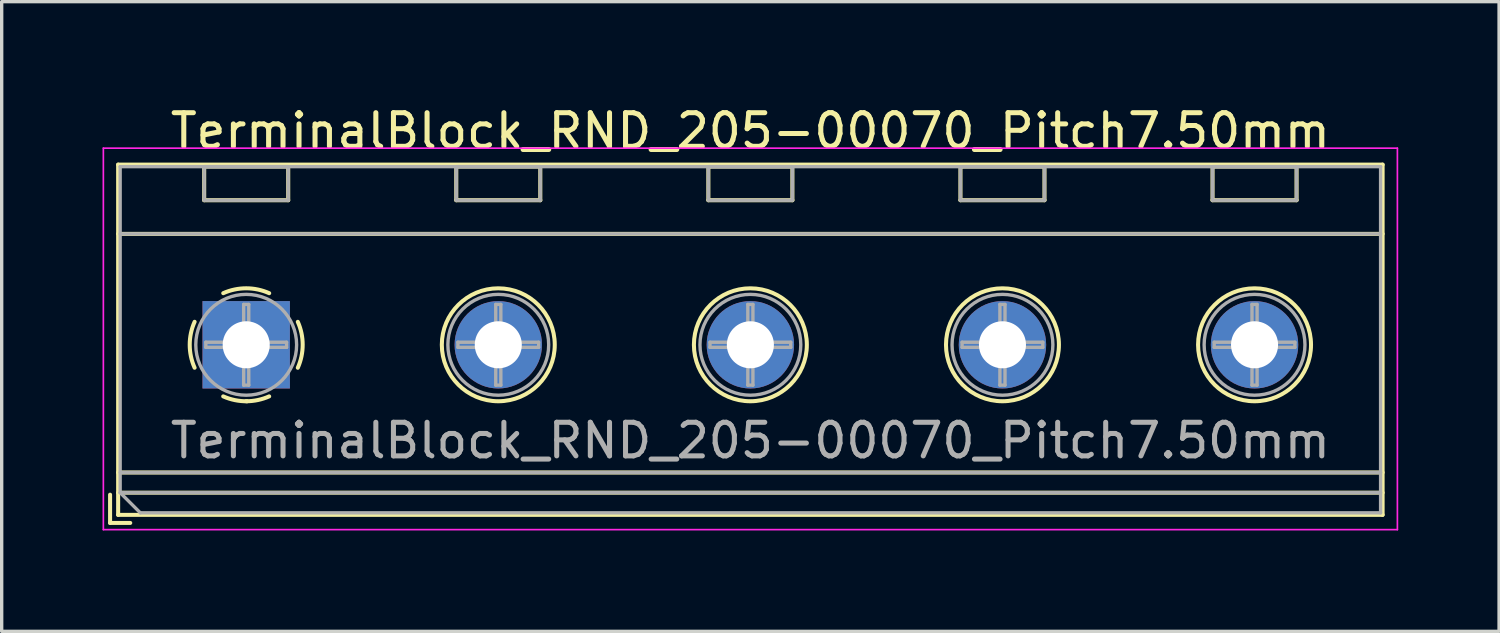
<source format=kicad_pcb>
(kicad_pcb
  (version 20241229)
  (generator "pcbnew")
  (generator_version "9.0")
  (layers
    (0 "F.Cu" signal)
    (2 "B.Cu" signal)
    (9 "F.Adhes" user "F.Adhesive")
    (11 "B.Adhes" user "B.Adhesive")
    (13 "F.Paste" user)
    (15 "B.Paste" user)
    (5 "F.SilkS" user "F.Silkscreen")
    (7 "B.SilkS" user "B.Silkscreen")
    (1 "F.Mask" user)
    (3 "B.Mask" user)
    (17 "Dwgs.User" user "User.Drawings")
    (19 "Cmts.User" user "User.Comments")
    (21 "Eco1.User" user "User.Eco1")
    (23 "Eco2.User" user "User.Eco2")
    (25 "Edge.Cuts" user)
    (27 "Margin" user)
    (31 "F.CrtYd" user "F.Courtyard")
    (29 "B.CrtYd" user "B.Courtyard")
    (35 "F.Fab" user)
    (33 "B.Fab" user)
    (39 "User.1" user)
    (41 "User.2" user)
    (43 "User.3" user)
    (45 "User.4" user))
  (footprint "TerminalBlock_RND_205-00070_Pitch7.50mm"
    (layer "F.Cu")
    (at 4.275 7.208)
    (property "Reference" "TerminalBlock_RND_205-00070_Pitch7.50mm" (at 15 -6.36 0) (layer "F.SilkS") (effects (font (size 1 1) (thickness 0.15))))
    (attr through_hole)
    (fp_line (start -4.05 4.46) (end -4.05 5.3) (stroke (width 0.12) (type solid)) (layer "F.SilkS"))
    (fp_line (start -4.05 5.3) (end -3.45 5.3) (stroke (width 0.12) (type solid)) (layer "F.SilkS"))
    (fp_line (start -3.81 -5.36) (end -3.81 5.06) (stroke (width 0.12) (type solid)) (layer "F.SilkS"))
    (fp_line (start -3.81 -3.3) (end 33.81 -3.3) (stroke (width 0.12) (type solid)) (layer "F.SilkS"))
    (fp_line (start -3.81 3.8) (end 33.81 3.8) (stroke (width 0.12) (type solid)) (layer "F.SilkS"))
    (fp_line (start -3.81 4.4) (end 33.81 4.4) (stroke (width 0.12) (type solid)) (layer "F.SilkS"))
    (fp_line (start -3.81 5.06) (end 33.81 5.06) (stroke (width 0.12) (type solid)) (layer "F.SilkS"))
    (fp_line (start -1.25 -5.301) (end -1.25 -4.301) (stroke (width 0.12) (type solid)) (layer "F.SilkS"))
    (fp_line (start -1.25 -5.301) (end 1.25 -5.301) (stroke (width 0.12) (type solid)) (layer "F.SilkS"))
    (fp_line (start -1.25 -4.301) (end 1.25 -4.301) (stroke (width 0.12) (type solid)) (layer "F.SilkS"))
    (fp_line (start 1.25 -5.301) (end 1.25 -4.301) (stroke (width 0.12) (type solid)) (layer "F.SilkS"))
    (fp_line (start 6.25 -5.301) (end 6.25 -4.301) (stroke (width 0.12) (type solid)) (layer "F.SilkS"))
    (fp_line (start 6.25 -5.301) (end 8.75 -5.301) (stroke (width 0.12) (type solid)) (layer "F.SilkS"))
    (fp_line (start 6.25 -4.301) (end 8.75 -4.301) (stroke (width 0.12) (type solid)) (layer "F.SilkS"))
    (fp_line (start 8.75 -5.301) (end 8.75 -4.301) (stroke (width 0.12) (type solid)) (layer "F.SilkS"))
    (fp_line (start 13.75 -5.301) (end 13.75 -4.301) (stroke (width 0.12) (type solid)) (layer "F.SilkS"))
    (fp_line (start 13.75 -5.301) (end 16.25 -5.301) (stroke (width 0.12) (type solid)) (layer "F.SilkS"))
    (fp_line (start 13.75 -4.301) (end 16.25 -4.301) (stroke (width 0.12) (type solid)) (layer "F.SilkS"))
    (fp_line (start 16.25 -5.301) (end 16.25 -4.301) (stroke (width 0.12) (type solid)) (layer "F.SilkS"))
    (fp_line (start 21.25 -5.301) (end 21.25 -4.301) (stroke (width 0.12) (type solid)) (layer "F.SilkS"))
    (fp_line (start 21.25 -5.301) (end 23.75 -5.301) (stroke (width 0.12) (type solid)) (layer "F.SilkS"))
    (fp_line (start 21.25 -4.301) (end 23.75 -4.301) (stroke (width 0.12) (type solid)) (layer "F.SilkS"))
    (fp_line (start 23.75 -5.301) (end 23.75 -4.301) (stroke (width 0.12) (type solid)) (layer "F.SilkS"))
    (fp_line (start 28.75 -5.301) (end 28.75 -4.301) (stroke (width 0.12) (type solid)) (layer "F.SilkS"))
    (fp_line (start 28.75 -5.301) (end 31.25 -5.301) (stroke (width 0.12) (type solid)) (layer "F.SilkS"))
    (fp_line (start 28.75 -4.301) (end 31.25 -4.301) (stroke (width 0.12) (type solid)) (layer "F.SilkS"))
    (fp_line (start 31.25 -5.301) (end 31.25 -4.301) (stroke (width 0.12) (type solid)) (layer "F.SilkS"))
    (fp_line (start 33.81 -5.36) (end -3.81 -5.36) (stroke (width 0.12) (type solid)) (layer "F.SilkS"))
    (fp_line (start 33.81 5.06) (end 33.81 -5.36) (stroke (width 0.12) (type solid)) (layer "F.SilkS"))
    (fp_arc (start -1.535427 0.683042) (mid -1.680501 -0.000524) (end -1.535 -0.684) (stroke (width 0.12) (type solid)) (layer "F.SilkS"))
    (fp_arc (start -0.683042 -1.535427) (mid 0.000524 -1.680501) (end 0.684 -1.535) (stroke (width 0.12) (type solid)) (layer "F.SilkS"))
    (fp_arc (start 0.028805 1.680253) (mid -0.335551 1.646659) (end -0.684 1.535) (stroke (width 0.12) (type solid)) (layer "F.SilkS"))
    (fp_arc (start 0.683318 1.534756) (mid 0.349292 1.643288) (end 0 1.68) (stroke (width 0.12) (type solid)) (layer "F.SilkS"))
    (fp_arc (start 1.535427 -0.683042) (mid 1.680501 0.000524) (end 1.535 0.684) (stroke (width 0.12) (type solid)) (layer "F.SilkS"))
    (fp_circle (center 7.5 0) (end 9.18 0) (stroke (width 0.12) (type solid)) (fill no) (layer "F.SilkS"))
    (fp_circle (center 15 0) (end 16.68 0) (stroke (width 0.12) (type solid)) (fill no) (layer "F.SilkS"))
    (fp_circle (center 22.5 0) (end 24.18 0) (stroke (width 0.12) (type solid)) (fill no) (layer "F.SilkS"))
    (fp_circle (center 30 0) (end 31.68 0) (stroke (width 0.12) (type solid)) (fill no) (layer "F.SilkS"))
    (fp_line (start -4.25 -5.85) (end -4.25 5.5) (stroke (width 0.05) (type solid)) (layer "F.CrtYd"))
    (fp_line (start -4.25 5.5) (end 34.25 5.5) (stroke (width 0.05) (type solid)) (layer "F.CrtYd"))
    (fp_line (start 34.25 -5.85) (end -4.25 -5.85) (stroke (width 0.05) (type solid)) (layer "F.CrtYd"))
    (fp_line (start 34.25 5.5) (end 34.25 -5.85) (stroke (width 0.05) (type solid)) (layer "F.CrtYd"))
    (fp_line (start -3.75 -5.3) (end 33.75 -5.3) (stroke (width 0.1) (type solid)) (layer "F.Fab"))
    (fp_line (start -3.75 -3.3) (end 33.75 -3.3) (stroke (width 0.1) (type solid)) (layer "F.Fab"))
    (fp_line (start -3.75 3.8) (end 33.75 3.8) (stroke (width 0.1) (type solid)) (layer "F.Fab"))
    (fp_line (start -3.75 4.4) (end -3.75 -5.3) (stroke (width 0.1) (type solid)) (layer "F.Fab"))
    (fp_line (start -3.75 4.4) (end 33.75 4.4) (stroke (width 0.1) (type solid)) (layer "F.Fab"))
    (fp_line (start -3.15 5) (end -3.75 4.4) (stroke (width 0.1) (type solid)) (layer "F.Fab"))
    (fp_line (start -1.25 -5.3) (end -1.25 -4.3) (stroke (width 0.1) (type solid)) (layer "F.Fab"))
    (fp_line (start -1.25 -4.3) (end 1.25 -4.3) (stroke (width 0.1) (type solid)) (layer "F.Fab"))
    (fp_line (start -1.201 -0.076) (end -0.076 -0.076) (stroke (width 0.1) (type solid)) (layer "F.Fab"))
    (fp_line (start -1.201 0.076) (end -1.201 -0.076) (stroke (width 0.1) (type solid)) (layer "F.Fab"))
    (fp_line (start -0.076 -1.201) (end 0.076 -1.201) (stroke (width 0.1) (type solid)) (layer "F.Fab"))
    (fp_line (start -0.076 -0.076) (end -0.076 -1.201) (stroke (width 0.1) (type solid)) (layer "F.Fab"))
    (fp_line (start -0.076 0.076) (end -1.201 0.076) (stroke (width 0.1) (type solid)) (layer "F.Fab"))
    (fp_line (start -0.076 1.201) (end -0.076 0.076) (stroke (width 0.1) (type solid)) (layer "F.Fab"))
    (fp_line (start 0.076 -1.201) (end 0.076 -0.076) (stroke (width 0.1) (type solid)) (layer "F.Fab"))
    (fp_line (start 0.076 -0.076) (end 1.201 -0.076) (stroke (width 0.1) (type solid)) (layer "F.Fab"))
    (fp_line (start 0.076 0.076) (end 0.076 1.201) (stroke (width 0.1) (type solid)) (layer "F.Fab"))
    (fp_line (start 0.076 1.201) (end -0.076 1.201) (stroke (width 0.1) (type solid)) (layer "F.Fab"))
    (fp_line (start 1.201 -0.076) (end 1.201 0.076) (stroke (width 0.1) (type solid)) (layer "F.Fab"))
    (fp_line (start 1.201 0.076) (end 0.076 0.076) (stroke (width 0.1) (type solid)) (layer "F.Fab"))
    (fp_line (start 1.25 -5.3) (end -1.25 -5.3) (stroke (width 0.1) (type solid)) (layer "F.Fab"))
    (fp_line (start 1.25 -4.3) (end 1.25 -5.3) (stroke (width 0.1) (type solid)) (layer "F.Fab"))
    (fp_line (start 6.25 -5.3) (end 6.25 -4.3) (stroke (width 0.1) (type solid)) (layer "F.Fab"))
    (fp_line (start 6.25 -4.3) (end 8.75 -4.3) (stroke (width 0.1) (type solid)) (layer "F.Fab"))
    (fp_line (start 6.299 -0.076) (end 7.424 -0.076) (stroke (width 0.1) (type solid)) (layer "F.Fab"))
    (fp_line (start 6.299 0.076) (end 6.299 -0.076) (stroke (width 0.1) (type solid)) (layer "F.Fab"))
    (fp_line (start 7.424 -1.201) (end 7.576 -1.201) (stroke (width 0.1) (type solid)) (layer "F.Fab"))
    (fp_line (start 7.424 -0.076) (end 7.424 -1.201) (stroke (width 0.1) (type solid)) (layer "F.Fab"))
    (fp_line (start 7.424 0.076) (end 6.299 0.076) (stroke (width 0.1) (type solid)) (layer "F.Fab"))
    (fp_line (start 7.424 1.201) (end 7.424 0.076) (stroke (width 0.1) (type solid)) (layer "F.Fab"))
    (fp_line (start 7.576 -1.201) (end 7.576 -0.076) (stroke (width 0.1) (type solid)) (layer "F.Fab"))
    (fp_line (start 7.576 -0.076) (end 8.701 -0.076) (stroke (width 0.1) (type solid)) (layer "F.Fab"))
    (fp_line (start 7.576 0.076) (end 7.576 1.201) (stroke (width 0.1) (type solid)) (layer "F.Fab"))
    (fp_line (start 7.576 1.201) (end 7.424 1.201) (stroke (width 0.1) (type solid)) (layer "F.Fab"))
    (fp_line (start 8.701 -0.076) (end 8.701 0.076) (stroke (width 0.1) (type solid)) (layer "F.Fab"))
    (fp_line (start 8.701 0.076) (end 7.576 0.076) (stroke (width 0.1) (type solid)) (layer "F.Fab"))
    (fp_line (start 8.75 -5.3) (end 6.25 -5.3) (stroke (width 0.1) (type solid)) (layer "F.Fab"))
    (fp_line (start 8.75 -4.3) (end 8.75 -5.3) (stroke (width 0.1) (type solid)) (layer "F.Fab"))
    (fp_line (start 13.75 -5.3) (end 13.75 -4.3) (stroke (width 0.1) (type solid)) (layer "F.Fab"))
    (fp_line (start 13.75 -4.3) (end 16.25 -4.3) (stroke (width 0.1) (type solid)) (layer "F.Fab"))
    (fp_line (start 13.799 -0.076) (end 14.924 -0.076) (stroke (width 0.1) (type solid)) (layer "F.Fab"))
    (fp_line (start 13.799 0.076) (end 13.799 -0.076) (stroke (width 0.1) (type solid)) (layer "F.Fab"))
    (fp_line (start 14.924 -1.201) (end 15.076 -1.201) (stroke (width 0.1) (type solid)) (layer "F.Fab"))
    (fp_line (start 14.924 -0.076) (end 14.924 -1.201) (stroke (width 0.1) (type solid)) (layer "F.Fab"))
    (fp_line (start 14.924 0.076) (end 13.799 0.076) (stroke (width 0.1) (type solid)) (layer "F.Fab"))
    (fp_line (start 14.924 1.201) (end 14.924 0.076) (stroke (width 0.1) (type solid)) (layer "F.Fab"))
    (fp_line (start 15.076 -1.201) (end 15.076 -0.076) (stroke (width 0.1) (type solid)) (layer "F.Fab"))
    (fp_line (start 15.076 -0.076) (end 16.201 -0.076) (stroke (width 0.1) (type solid)) (layer "F.Fab"))
    (fp_line (start 15.076 0.076) (end 15.076 1.201) (stroke (width 0.1) (type solid)) (layer "F.Fab"))
    (fp_line (start 15.076 1.201) (end 14.924 1.201) (stroke (width 0.1) (type solid)) (layer "F.Fab"))
    (fp_line (start 16.201 -0.076) (end 16.201 0.076) (stroke (width 0.1) (type solid)) (layer "F.Fab"))
    (fp_line (start 16.201 0.076) (end 15.076 0.076) (stroke (width 0.1) (type solid)) (layer "F.Fab"))
    (fp_line (start 16.25 -5.3) (end 13.75 -5.3) (stroke (width 0.1) (type solid)) (layer "F.Fab"))
    (fp_line (start 16.25 -4.3) (end 16.25 -5.3) (stroke (width 0.1) (type solid)) (layer "F.Fab"))
    (fp_line (start 21.25 -5.3) (end 21.25 -4.3) (stroke (width 0.1) (type solid)) (layer "F.Fab"))
    (fp_line (start 21.25 -4.3) (end 23.75 -4.3) (stroke (width 0.1) (type solid)) (layer "F.Fab"))
    (fp_line (start 21.299 -0.076) (end 22.424 -0.076) (stroke (width 0.1) (type solid)) (layer "F.Fab"))
    (fp_line (start 21.299 0.076) (end 21.299 -0.076) (stroke (width 0.1) (type solid)) (layer "F.Fab"))
    (fp_line (start 22.424 -1.201) (end 22.576 -1.201) (stroke (width 0.1) (type solid)) (layer "F.Fab"))
    (fp_line (start 22.424 -0.076) (end 22.424 -1.201) (stroke (width 0.1) (type solid)) (layer "F.Fab"))
    (fp_line (start 22.424 0.076) (end 21.299 0.076) (stroke (width 0.1) (type solid)) (layer "F.Fab"))
    (fp_line (start 22.424 1.201) (end 22.424 0.076) (stroke (width 0.1) (type solid)) (layer "F.Fab"))
    (fp_line (start 22.576 -1.201) (end 22.576 -0.076) (stroke (width 0.1) (type solid)) (layer "F.Fab"))
    (fp_line (start 22.576 -0.076) (end 23.701 -0.076) (stroke (width 0.1) (type solid)) (layer "F.Fab"))
    (fp_line (start 22.576 0.076) (end 22.576 1.201) (stroke (width 0.1) (type solid)) (layer "F.Fab"))
    (fp_line (start 22.576 1.201) (end 22.424 1.201) (stroke (width 0.1) (type solid)) (layer "F.Fab"))
    (fp_line (start 23.701 -0.076) (end 23.701 0.076) (stroke (width 0.1) (type solid)) (layer "F.Fab"))
    (fp_line (start 23.701 0.076) (end 22.576 0.076) (stroke (width 0.1) (type solid)) (layer "F.Fab"))
    (fp_line (start 23.75 -5.3) (end 21.25 -5.3) (stroke (width 0.1) (type solid)) (layer "F.Fab"))
    (fp_line (start 23.75 -4.3) (end 23.75 -5.3) (stroke (width 0.1) (type solid)) (layer "F.Fab"))
    (fp_line (start 28.75 -5.3) (end 28.75 -4.3) (stroke (width 0.1) (type solid)) (layer "F.Fab"))
    (fp_line (start 28.75 -4.3) (end 31.25 -4.3) (stroke (width 0.1) (type solid)) (layer "F.Fab"))
    (fp_line (start 28.799 -0.076) (end 29.924 -0.076) (stroke (width 0.1) (type solid)) (layer "F.Fab"))
    (fp_line (start 28.799 0.076) (end 28.799 -0.076) (stroke (width 0.1) (type solid)) (layer "F.Fab"))
    (fp_line (start 29.924 -1.201) (end 30.076 -1.201) (stroke (width 0.1) (type solid)) (layer "F.Fab"))
    (fp_line (start 29.924 -0.076) (end 29.924 -1.201) (stroke (width 0.1) (type solid)) (layer "F.Fab"))
    (fp_line (start 29.924 0.076) (end 28.799 0.076) (stroke (width 0.1) (type solid)) (layer "F.Fab"))
    (fp_line (start 29.924 1.201) (end 29.924 0.076) (stroke (width 0.1) (type solid)) (layer "F.Fab"))
    (fp_line (start 30.076 -1.201) (end 30.076 -0.076) (stroke (width 0.1) (type solid)) (layer "F.Fab"))
    (fp_line (start 30.076 -0.076) (end 31.201 -0.076) (stroke (width 0.1) (type solid)) (layer "F.Fab"))
    (fp_line (start 30.076 0.076) (end 30.076 1.201) (stroke (width 0.1) (type solid)) (layer "F.Fab"))
    (fp_line (start 30.076 1.201) (end 29.924 1.201) (stroke (width 0.1) (type solid)) (layer "F.Fab"))
    (fp_line (start 31.201 -0.076) (end 31.201 0.076) (stroke (width 0.1) (type solid)) (layer "F.Fab"))
    (fp_line (start 31.201 0.076) (end 30.076 0.076) (stroke (width 0.1) (type solid)) (layer "F.Fab"))
    (fp_line (start 31.25 -5.3) (end 28.75 -5.3) (stroke (width 0.1) (type solid)) (layer "F.Fab"))
    (fp_line (start 31.25 -4.3) (end 31.25 -5.3) (stroke (width 0.1) (type solid)) (layer "F.Fab"))
    (fp_line (start 33.75 -5.3) (end 33.75 5) (stroke (width 0.1) (type solid)) (layer "F.Fab"))
    (fp_line (start 33.75 5) (end -3.15 5) (stroke (width 0.1) (type solid)) (layer "F.Fab"))
    (fp_circle (center 0 0) (end 1.5 0) (stroke (width 0.1) (type solid)) (fill no) (layer "F.Fab"))
    (fp_circle (center 7.5 0) (end 9 0) (stroke (width 0.1) (type solid)) (fill no) (layer "F.Fab"))
    (fp_circle (center 15 0) (end 16.5 0) (stroke (width 0.1) (type solid)) (fill no) (layer "F.Fab"))
    (fp_circle (center 22.5 0) (end 24 0) (stroke (width 0.1) (type solid)) (fill no) (layer "F.Fab"))
    (fp_circle (center 30 0) (end 31.5 0) (stroke (width 0.1) (type solid)) (fill no) (layer "F.Fab"))
    (fp_text user "${REFERENCE}" (at 15 2.85 0) (layer "F.Fab") (effects (font (size 1 1) (thickness 0.15))))
    (pad "1" thru_hole rect (at 0 0) (size 2.6 2.6) (drill 1.4) (layers "*.Cu" "*.Mask"))
    (pad "2" thru_hole oval (at 7.5 0) (size 2.6 2.6) (drill 1.4) (layers "*.Cu" "*.Mask"))
    (pad "3" thru_hole oval (at 15 0) (size 2.6 2.6) (drill 1.4) (layers "*.Cu" "*.Mask"))
    (pad "4" thru_hole oval (at 22.5 0) (size 2.6 2.6) (drill 1.4) (layers "*.Cu" "*.Mask"))
    (pad "5" thru_hole oval (at 30 0) (size 2.6 2.6) (drill 1.4) (layers "*.Cu" "*.Mask")))
  (gr_rect
    (start -3 -3)
    (end 41.55 15.733)
    (stroke (width 0.1) (type default))
    (fill no)
    (layer "Edge.Cuts")))
</source>
